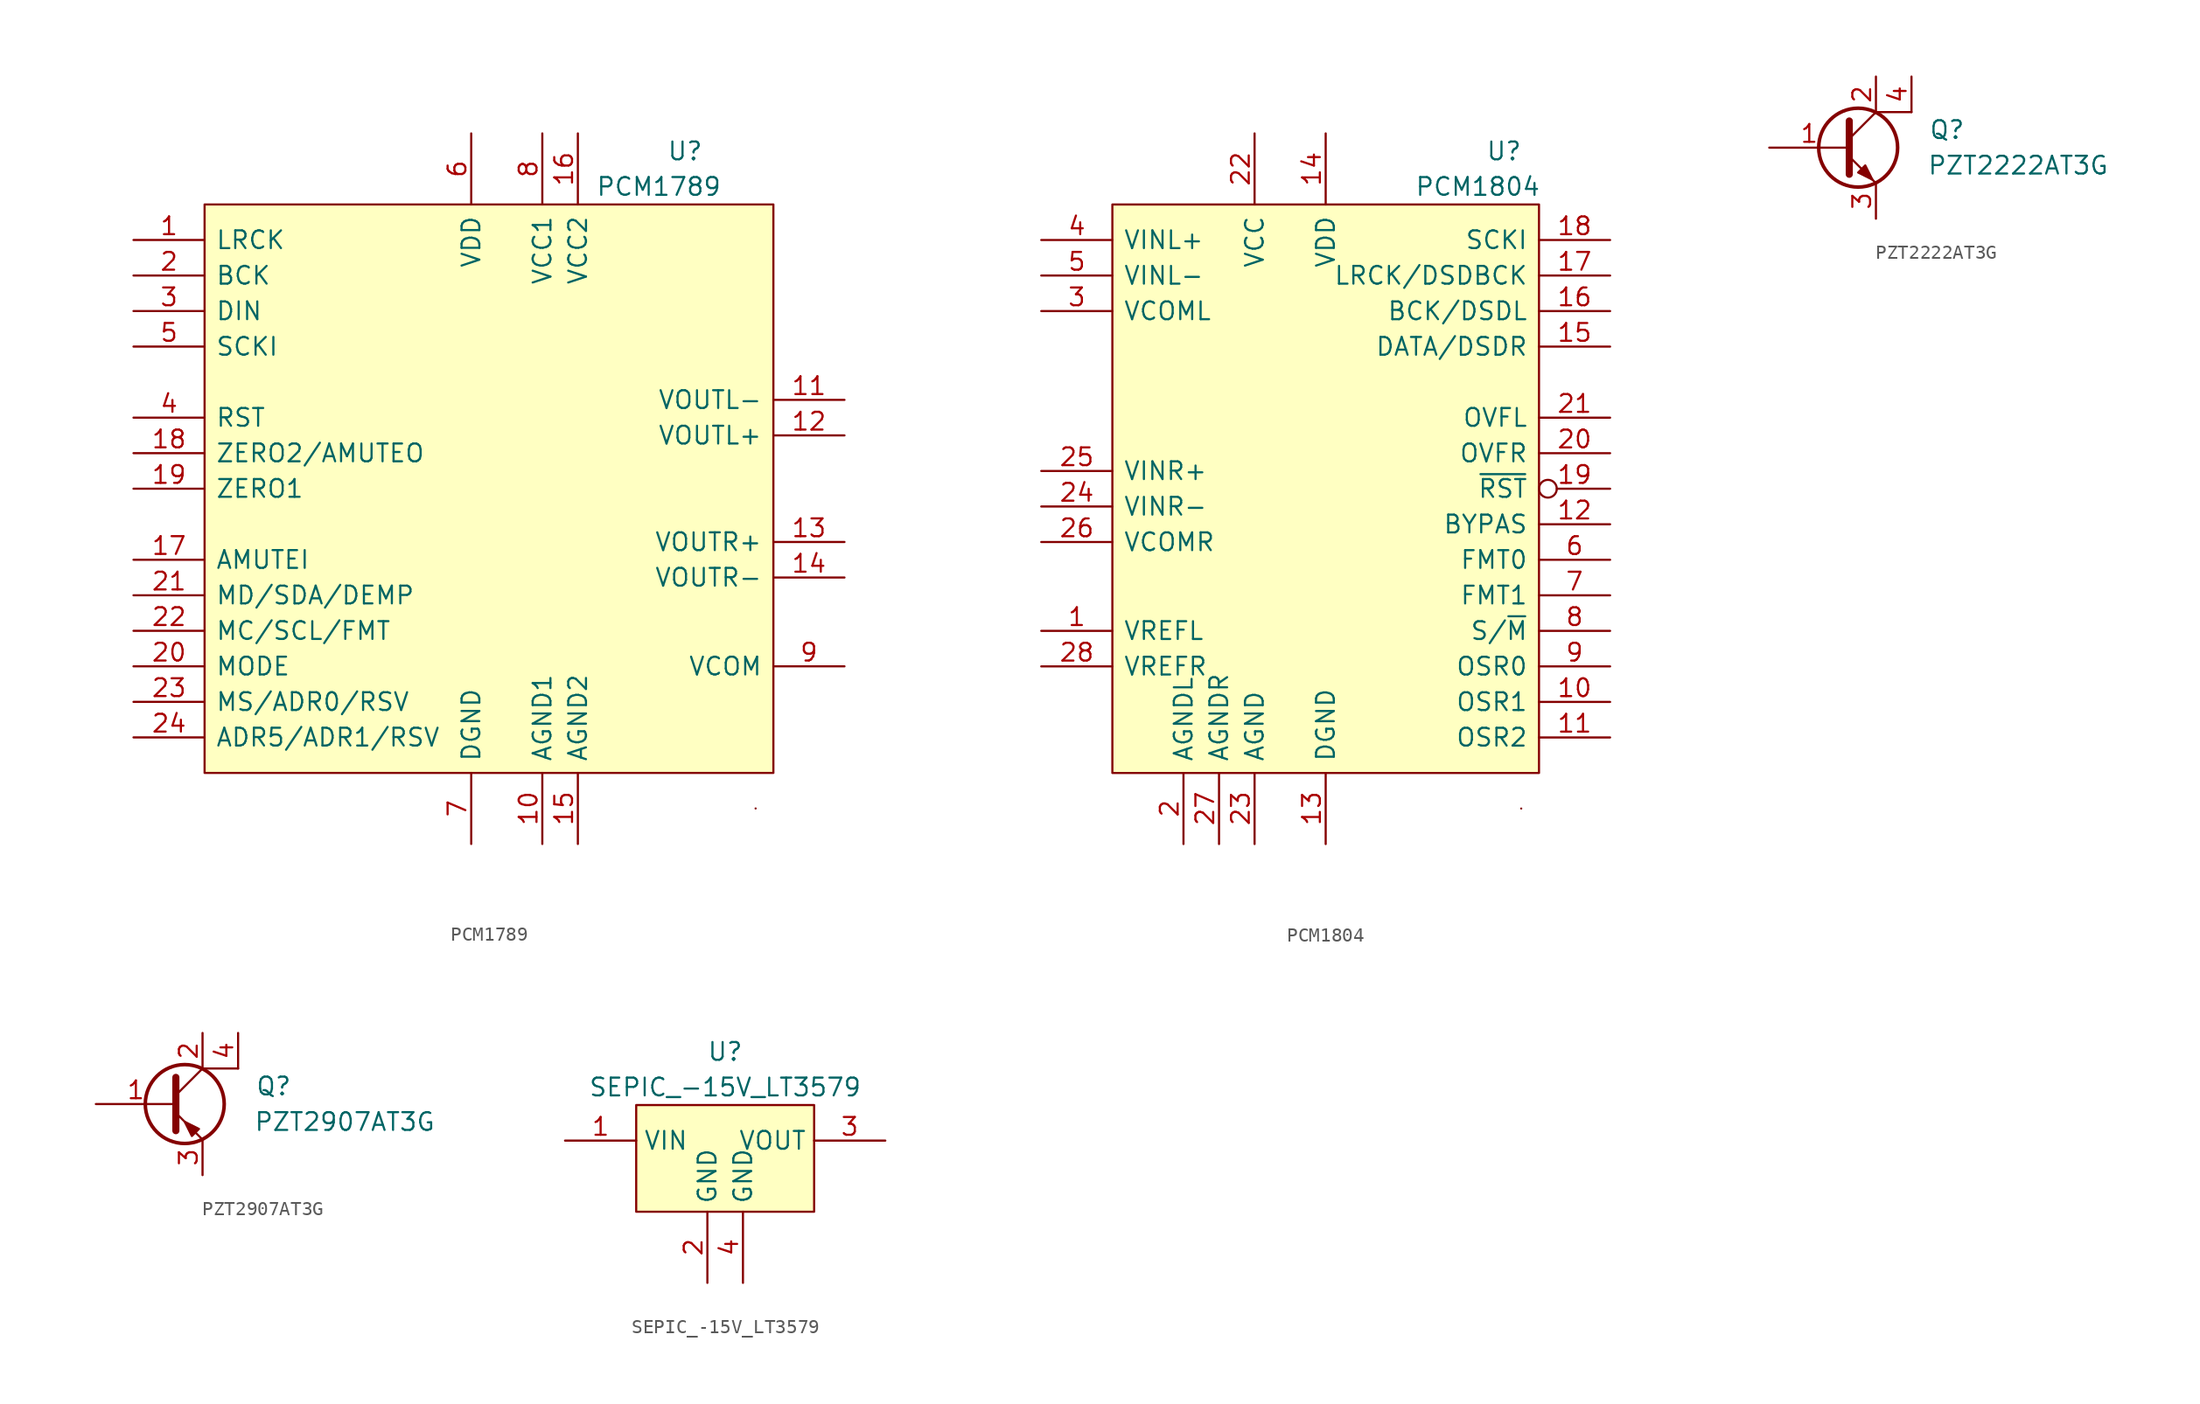
<source format=kicad_sym>
(kicad_symbol_lib
  (version 20220914)
  (generator kicad_symbol_editor)
  (symbol "PCM1789"
    (pin_names
      (offset 0.762))
    (property "Reference" "U"
      (at 11.43 24.13 0)
      (effects (font (size 1.27 1.27)) (justify left)))
    (property "Value" "PCM1789"
      (at 6.35 21.59 0)
      (effects (font (size 1.27 1.27)) (justify left)))
    (symbol "PCM1789_0_0"
      (pin passive line (at -26.67 17.78 0) (length 5.08) (name "LRCK" (effects (font (size 1.27 1.27)))) (number "1" (effects (font (size 1.27 1.27)))))
      (pin passive line (at 2.54 -25.4 90) (length 5.08) (name "AGND1" (effects (font (size 1.27 1.27)))) (number "10" (effects (font (size 1.27 1.27)))))
      (pin passive line (at 24.13 6.35 180) (length 5.08) (name "VOUTL-" (effects (font (size 1.27 1.27)))) (number "11" (effects (font (size 1.27 1.27)))))
      (pin passive line (at 24.13 3.81 180) (length 5.08) (name "VOUTL+" (effects (font (size 1.27 1.27)))) (number "12" (effects (font (size 1.27 1.27)))))
      (pin passive line (at 24.13 -3.81 180) (length 5.08) (name "VOUTR+" (effects (font (size 1.27 1.27)))) (number "13" (effects (font (size 1.27 1.27)))))
      (pin passive line (at 24.13 -6.35 180) (length 5.08) (name "VOUTR-" (effects (font (size 1.27 1.27)))) (number "14" (effects (font (size 1.27 1.27)))))
      (pin passive line (at 5.08 -25.4 90) (length 5.08) (name "AGND2" (effects (font (size 1.27 1.27)))) (number "15" (effects (font (size 1.27 1.27)))))
      (pin passive line (at -26.67 -5.08 0) (length 5.08) (name "AMUTEI" (effects (font (size 1.27 1.27)))) (number "17" (effects (font (size 1.27 1.27)))))
      (pin passive line (at -26.67 2.54 0) (length 5.08) (name "ZERO2/AMUTEO" (effects (font (size 1.27 1.27)))) (number "18" (effects (font (size 1.27 1.27)))))
      (pin passive line (at -26.67 0 0) (length 5.08) (name "ZERO1" (effects (font (size 1.27 1.27)))) (number "19" (effects (font (size 1.27 1.27)))))
      (pin passive line (at -26.67 15.24 0) (length 5.08) (name "BCK" (effects (font (size 1.27 1.27)))) (number "2" (effects (font (size 1.27 1.27)))))
      (pin passive line (at -26.67 -12.7 0) (length 5.08) (name "MODE" (effects (font (size 1.27 1.27)))) (number "20" (effects (font (size 1.27 1.27)))))
      (pin passive line (at -26.67 -7.62 0) (length 5.08) (name "MD/SDA/DEMP" (effects (font (size 1.27 1.27)))) (number "21" (effects (font (size 1.27 1.27)))))
      (pin passive line (at -26.67 -10.16 0) (length 5.08) (name "MC/SCL/FMT" (effects (font (size 1.27 1.27)))) (number "22" (effects (font (size 1.27 1.27)))))
      (pin passive line (at -26.67 -15.24 0) (length 5.08) (name "MS/ADR0/RSV" (effects (font (size 1.27 1.27)))) (number "23" (effects (font (size 1.27 1.27)))))
      (pin passive line (at -26.67 -17.78 0) (length 5.08) (name "ADR5/ADR1/RSV" (effects (font (size 1.27 1.27)))) (number "24" (effects (font (size 1.27 1.27)))))
      (pin passive line (at -26.67 12.7 0) (length 5.08) (name "DIN" (effects (font (size 1.27 1.27)))) (number "3" (effects (font (size 1.27 1.27)))))
      (pin passive line (at -26.67 5.08 0) (length 5.08) (name "RST" (effects (font (size 1.27 1.27)))) (number "4" (effects (font (size 1.27 1.27)))))
      (pin passive line (at -26.67 10.16 0) (length 5.08) (name "SCKI" (effects (font (size 1.27 1.27)))) (number "5" (effects (font (size 1.27 1.27)))))
      (pin passive line (at -2.54 -25.4 90) (length 5.08) (name "DGND" (effects (font (size 1.27 1.27)))) (number "7" (effects (font (size 1.27 1.27)))))
      (pin passive line (at 24.13 -12.7 180) (length 5.08) (name "VCOM" (effects (font (size 1.27 1.27)))) (number "9" (effects (font (size 1.27 1.27))))))
    (symbol "PCM1789_0_1"
      (rectangle (start -21.59 20.32) (end 19.05 -20.32) (stroke (width 0.152) (type solid)) (fill (type background)))
      (rectangle (start 17.78 -22.86) (end 17.78 -22.86) (stroke (width 0.152) (type solid)) (fill (type none))))
    (symbol "PCM1789_1_0"
      (pin power_in line (at 5.08 25.4 270) (length 5.08) (name "VCC2" (effects (font (size 1.27 1.27)))) (number "16" (effects (font (size 1.27 1.27)))))
      (pin power_in line (at -2.54 25.4 270) (length 5.08) (name "VDD" (effects (font (size 1.27 1.27)))) (number "6" (effects (font (size 1.27 1.27)))))
      (pin power_in line (at 2.54 25.4 270) (length 5.08) (name "VCC1" (effects (font (size 1.27 1.27)))) (number "8" (effects (font (size 1.27 1.27)))))))
  (symbol "PCM1804"
    (pin_names
      (offset 0.762))
    (property "Reference" "U"
      (at 13.97 24.13 0)
      (effects (font (size 1.27 1.27)) (justify left)))
    (property "Value" "PCM1804"
      (at 8.89 21.59 0)
      (effects (font (size 1.27 1.27)) (justify left)))
    (symbol "PCM1804_0_1"
      (rectangle (start -12.7 20.32) (end 17.78 -20.32) (stroke (width 0.152) (type solid)) (fill (type background)))
      (rectangle (start 16.51 -22.86) (end 16.51 -22.86) (stroke (width 0.152) (type solid)) (fill (type none))))
    (symbol "PCM1804_1_1"
      (pin output line (at -17.78 -10.16 0) (length 5.08) (name "VREFL" (effects (font (size 1.27 1.27)))) (number "1" (effects (font (size 1.27 1.27)))))
      (pin input line (at 22.86 -15.24 180) (length 5.08) (name "OSR1" (effects (font (size 1.27 1.27)))) (number "10" (effects (font (size 1.27 1.27)))))
      (pin input line (at 22.86 -17.78 180) (length 5.08) (name "OSR2" (effects (font (size 1.27 1.27)))) (number "11" (effects (font (size 1.27 1.27)))))
      (pin input line (at 22.86 -2.54 180) (length 5.08) (name "BYPAS" (effects (font (size 1.27 1.27)))) (number "12" (effects (font (size 1.27 1.27)))))
      (pin power_in line (at 2.54 -25.4 90) (length 5.08) (name "DGND" (effects (font (size 1.27 1.27)))) (number "13" (effects (font (size 1.27 1.27)))))
      (pin power_in line (at 2.54 25.4 270) (length 5.08) (name "VDD" (effects (font (size 1.27 1.27)))) (number "14" (effects (font (size 1.27 1.27)))))
      (pin output line (at 22.86 10.16 180) (length 5.08) (name "DATA/DSDR" (effects (font (size 1.27 1.27)))) (number "15" (effects (font (size 1.27 1.27)))))
      (pin output line (at 22.86 12.7 180) (length 5.08) (name "BCK/DSDL" (effects (font (size 1.27 1.27)))) (number "16" (effects (font (size 1.27 1.27)))))
      (pin output line (at 22.86 15.24 180) (length 5.08) (name "LRCK/DSDBCK" (effects (font (size 1.27 1.27)))) (number "17" (effects (font (size 1.27 1.27)))))
      (pin input line (at 22.86 17.78 180) (length 5.08) (name "SCKI" (effects (font (size 1.27 1.27)))) (number "18" (effects (font (size 1.27 1.27)))))
      (pin input inverted (at 22.86 0 180) (length 5.08) (name "~{RST}" (effects (font (size 1.27 1.27)))) (number "19" (effects (font (size 1.27 1.27)))))
      (pin power_in line (at -7.62 -25.4 90) (length 5.08) (name "AGNDL" (effects (font (size 1.27 1.27)))) (number "2" (effects (font (size 1.27 1.27)))))
      (pin output line (at 22.86 2.54 180) (length 5.08) (name "OVFR" (effects (font (size 1.27 1.27)))) (number "20" (effects (font (size 1.27 1.27)))))
      (pin output line (at 22.86 5.08 180) (length 5.08) (name "OVFL" (effects (font (size 1.27 1.27)))) (number "21" (effects (font (size 1.27 1.27)))))
      (pin power_in line (at -2.54 25.4 270) (length 5.08) (name "VCC" (effects (font (size 1.27 1.27)))) (number "22" (effects (font (size 1.27 1.27)))))
      (pin power_in line (at -2.54 -25.4 90) (length 5.08) (name "AGND" (effects (font (size 1.27 1.27)))) (number "23" (effects (font (size 1.27 1.27)))))
      (pin input line (at -17.78 -1.27 0) (length 5.08) (name "VINR-" (effects (font (size 1.27 1.27)))) (number "24" (effects (font (size 1.27 1.27)))))
      (pin input line (at -17.78 1.27 0) (length 5.08) (name "VINR+" (effects (font (size 1.27 1.27)))) (number "25" (effects (font (size 1.27 1.27)))))
      (pin output line (at -17.78 -3.81 0) (length 5.08) (name "VCOMR" (effects (font (size 1.27 1.27)))) (number "26" (effects (font (size 1.27 1.27)))))
      (pin power_in line (at -5.08 -25.4 90) (length 5.08) (name "AGNDR" (effects (font (size 1.27 1.27)))) (number "27" (effects (font (size 1.27 1.27)))))
      (pin output line (at -17.78 -12.7 0) (length 5.08) (name "VREFR" (effects (font (size 1.27 1.27)))) (number "28" (effects (font (size 1.27 1.27)))))
      (pin output line (at -17.78 12.7 0) (length 5.08) (name "VCOML" (effects (font (size 1.27 1.27)))) (number "3" (effects (font (size 1.27 1.27)))))
      (pin input line (at -17.78 17.78 0) (length 5.08) (name "VINL+" (effects (font (size 1.27 1.27)))) (number "4" (effects (font (size 1.27 1.27)))))
      (pin input line (at -17.78 15.24 0) (length 5.08) (name "VINL-" (effects (font (size 1.27 1.27)))) (number "5" (effects (font (size 1.27 1.27)))))
      (pin input line (at 22.86 -5.08 180) (length 5.08) (name "FMT0" (effects (font (size 1.27 1.27)))) (number "6" (effects (font (size 1.27 1.27)))))
      (pin input line (at 22.86 -7.62 180) (length 5.08) (name "FMT1" (effects (font (size 1.27 1.27)))) (number "7" (effects (font (size 1.27 1.27)))))
      (pin input line (at 22.86 -10.16 180) (length 5.08) (name "S/~{M}" (effects (font (size 1.27 1.27)))) (number "8" (effects (font (size 1.27 1.27)))))
      (pin input line (at 22.86 -12.7 180) (length 5.08) (name "OSR0" (effects (font (size 1.27 1.27)))) (number "9" (effects (font (size 1.27 1.27)))))))
  (symbol "PZT2222AT3G"
    (property "Reference" "Q"
      (at 6.35 1.27 0)
      (effects (font (size 1.27 1.27))))
    (property "Value" "PZT2222AT3G"
      (at 11.43 -1.27 0)
      (effects (font (size 1.27 1.27))))
    (symbol "PZT2222AT3G_0_1"
      (polyline (pts (xy -0.635 0.635) (xy 1.27 2.54)) (stroke (width 0) (type default)) (fill (type none)))
      (polyline (pts (xy 1.27 2.54) (xy 3.81 2.54)) (stroke (width 0) (type default)) (fill (type none)))
      (polyline (pts (xy -0.635 -0.635) (xy 1.27 -2.54) (xy 1.27 -2.54)) (stroke (width 0) (type default)) (fill (type none)))
      (polyline (pts (xy -0.635 1.905) (xy -0.635 -1.905) (xy -0.635 -1.905)) (stroke (width 0.508) (type default)) (fill (type none)))
      (polyline (pts (xy 0 -1.778) (xy 0.508 -1.27) (xy 1.016 -2.286) (xy 0 -1.778) (xy 0 -1.778)) (stroke (width 0) (type default)) (fill (type outline)))
      (circle (center 0 0) (radius 2.819) (stroke (width 0.254) (type default)) (fill (type none))))
    (symbol "PZT2222AT3G_1_1"
      (pin input line (at -6.35 0 0) (length 5.715) (name "" (effects (font (size 1.27 1.27)))) (number "1" (effects (font (size 1.27 1.27)))))
      (pin passive line (at 1.27 5.08 270) (length 2.54) (name "" (effects (font (size 1.27 1.27)))) (number "2" (effects (font (size 1.27 1.27)))))
      (pin passive line (at 1.27 -5.08 90) (length 2.54) (name "" (effects (font (size 1.27 1.27)))) (number "3" (effects (font (size 1.27 1.27)))))
      (pin passive line (at 3.81 5.08 270) (length 2.54) (name "" (effects (font (size 1.27 1.27)))) (number "4" (effects (font (size 1.27 1.27)))))))
  (symbol "PZT2907AT3G"
    (property "Reference" "Q"
      (at 6.35 1.27 0)
      (effects (font (size 1.27 1.27))))
    (property "Value" "PZT2907AT3G"
      (at 11.43 -1.27 0)
      (effects (font (size 1.27 1.27))))
    (symbol "PZT2907AT3G_0_1"
      (polyline (pts (xy -0.635 0.635) (xy 1.27 2.54)) (stroke (width 0) (type default)) (fill (type none)))
      (polyline (pts (xy 1.27 2.54) (xy 3.81 2.54)) (stroke (width 0) (type default)) (fill (type none)))
      (polyline (pts (xy -0.635 -0.635) (xy 1.27 -2.54) (xy 1.27 -2.54)) (stroke (width 0) (type default)) (fill (type none)))
      (polyline (pts (xy -0.635 1.905) (xy -0.635 -1.905) (xy -0.635 -1.905)) (stroke (width 0.508) (type default)) (fill (type none)))
      (polyline (pts (xy 1.016 -1.778) (xy 0.508 -2.286) (xy 0 -1.27) (xy 1.016 -1.778) (xy 1.016 -1.778)) (stroke (width 0) (type default)) (fill (type outline)))
      (circle (center 0 0) (radius 2.819) (stroke (width 0.254) (type default)) (fill (type none))))
    (symbol "PZT2907AT3G_1_1"
      (pin input line (at -6.35 0 0) (length 5.715) (name "" (effects (font (size 1.27 1.27)))) (number "1" (effects (font (size 1.27 1.27)))))
      (pin passive line (at 1.27 5.08 270) (length 2.54) (name "" (effects (font (size 1.27 1.27)))) (number "2" (effects (font (size 1.27 1.27)))))
      (pin passive line (at 1.27 -5.08 90) (length 2.54) (name "" (effects (font (size 1.27 1.27)))) (number "3" (effects (font (size 1.27 1.27)))))
      (pin passive line (at 3.81 5.08 270) (length 2.54) (name "" (effects (font (size 1.27 1.27)))) (number "4" (effects (font (size 1.27 1.27)))))))
  (symbol "SEPIC_-15V_LT3579"
    (property "Reference" "U"
      (at 0 7.62 0)
      (effects (font (size 1.27 1.27))))
    (property "Value" "SEPIC_-15V_LT3579"
      (at 0 5.08 0)
      (effects (font (size 1.27 1.27))))
    (symbol "SEPIC_-15V_LT3579_1_1"
      (rectangle (start -6.35 3.81) (end 6.35 -3.81) (stroke (width 0) (type default)) (fill (type background)))
      (pin power_in line (at -11.43 1.27 0) (length 5.08) (name "VIN" (effects (font (size 1.27 1.27)))) (number "1" (effects (font (size 1.27 1.27)))))
      (pin power_in line (at -1.27 -8.89 90) (length 5.08) (name "GND" (effects (font (size 1.27 1.27)))) (number "2" (effects (font (size 1.27 1.27)))))
      (pin power_out line (at 11.43 1.27 180) (length 5.08) (name "VOUT" (effects (font (size 1.27 1.27)))) (number "3" (effects (font (size 1.27 1.27)))))
      (pin power_in line (at 1.27 -8.89 90) (length 5.08) (name "GND" (effects (font (size 1.27 1.27)))) (number "4" (effects (font (size 1.27 1.27))))))))
</source>
